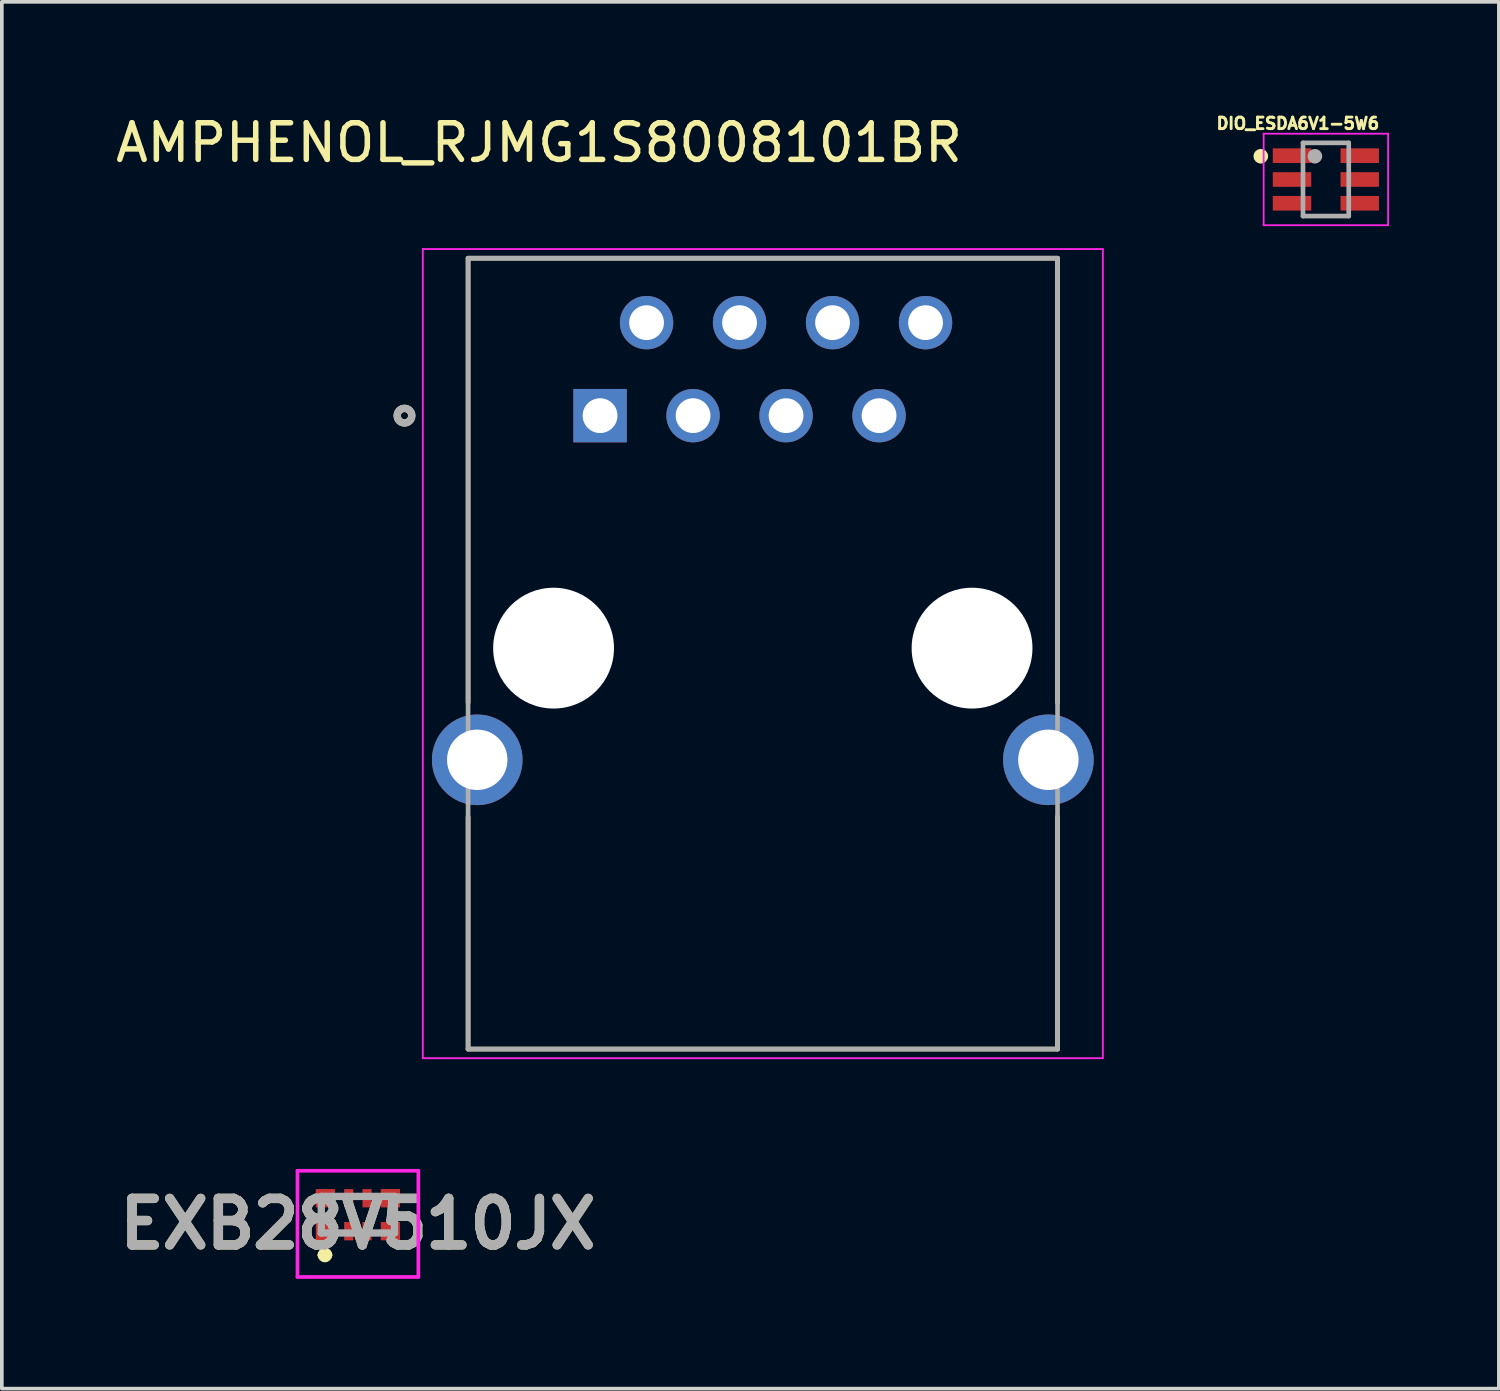
<source format=kicad_pcb>
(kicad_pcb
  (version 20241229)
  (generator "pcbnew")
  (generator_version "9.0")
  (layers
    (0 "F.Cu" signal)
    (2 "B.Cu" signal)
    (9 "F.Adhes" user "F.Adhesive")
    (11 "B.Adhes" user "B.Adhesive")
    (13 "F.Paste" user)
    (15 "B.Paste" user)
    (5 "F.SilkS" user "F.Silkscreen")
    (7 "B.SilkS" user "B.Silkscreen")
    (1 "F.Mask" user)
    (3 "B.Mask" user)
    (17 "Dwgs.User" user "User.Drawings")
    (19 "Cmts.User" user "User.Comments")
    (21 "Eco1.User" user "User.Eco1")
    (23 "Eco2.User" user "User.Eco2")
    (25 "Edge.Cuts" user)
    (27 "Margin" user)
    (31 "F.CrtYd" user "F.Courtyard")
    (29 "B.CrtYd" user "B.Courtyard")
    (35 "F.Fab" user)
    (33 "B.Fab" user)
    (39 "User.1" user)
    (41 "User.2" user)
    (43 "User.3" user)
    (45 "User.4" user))
  (footprint "DIO_ESDA6V1-5W6"
    (layer "F.Cu")
    (at 33.164 1.852)
    (property "Reference" "DIO_ESDA6V1-5W6" (at -0.765 -1.53 0) (layer "F.SilkS") (effects (font (size 0.315 0.315) (thickness 0.15))))
    (attr smd)
    (fp_circle (center -1.778 -0.635) (end -1.678 -0.635) (stroke (width 0.2) (type solid)) (fill no) (layer "F.SilkS"))
    (fp_line (start -1.7 -1.25) (end -1.7 1.25) (stroke (width 0.05) (type solid)) (layer "F.CrtYd"))
    (fp_line (start -1.7 1.25) (end 1.7 1.25) (stroke (width 0.05) (type solid)) (layer "F.CrtYd"))
    (fp_line (start 1.7 -1.25) (end -1.7 -1.25) (stroke (width 0.05) (type solid)) (layer "F.CrtYd"))
    (fp_line (start 1.7 1.25) (end 1.7 -1.25) (stroke (width 0.05) (type solid)) (layer "F.CrtYd"))
    (fp_line (start -0.625 -1) (end -0.625 1) (stroke (width 0.127) (type solid)) (layer "F.Fab"))
    (fp_line (start -0.625 1) (end 0.625 1) (stroke (width 0.127) (type solid)) (layer "F.Fab"))
    (fp_line (start 0.625 -1) (end -0.625 -1) (stroke (width 0.127) (type solid)) (layer "F.Fab"))
    (fp_line (start 0.625 1) (end 0.625 -1) (stroke (width 0.127) (type solid)) (layer "F.Fab"))
    (fp_circle (center -0.3 -0.635) (end -0.2 -0.635) (stroke (width 0.2) (type solid)) (fill no) (layer "F.Fab"))
    (pad "1" smd rect (at -0.925 -0.65) (size 1.05 0.4) (layers "F.Cu" "F.Mask" "F.Paste"))
    (pad "2" smd rect (at -0.925 0) (size 1.05 0.4) (layers "F.Cu" "F.Mask" "F.Paste"))
    (pad "3" smd rect (at -0.925 0.65) (size 1.05 0.4) (layers "F.Cu" "F.Mask" "F.Paste"))
    (pad "4" smd rect (at 0.925 0.65) (size 1.05 0.4) (layers "F.Cu" "F.Mask" "F.Paste"))
    (pad "5" smd rect (at 0.925 0) (size 1.05 0.4) (layers "F.Cu" "F.Mask" "F.Paste"))
    (pad "6" smd rect (at 0.925 -0.65) (size 1.05 0.4) (layers "F.Cu" "F.Mask" "F.Paste")))
  (footprint "AMPHENOL_RJMG1S8008101BR"
    (layer "F.Cu")
    (at 17.785 14.653)
    (property "Reference" "AMPHENOL_RJMG1S8008101BR" (at -6.112 -13.805 0) (layer "F.SilkS") (effects (font (size 1 1) (thickness 0.15))))
    (attr through_hole)
    (fp_line (start -8.05 -10.65) (end 8.05 -10.65) (stroke (width 0.127) (type solid)) (layer "F.SilkS"))
    (fp_line (start -8.05 1.492) (end -8.05 -10.65) (stroke (width 0.127) (type solid)) (layer "F.SilkS"))
    (fp_line (start -8.05 10.95) (end -8.05 4.607) (stroke (width 0.127) (type solid)) (layer "F.SilkS"))
    (fp_line (start 8.05 -10.65) (end 8.05 1.492) (stroke (width 0.127) (type solid)) (layer "F.SilkS"))
    (fp_line (start 8.05 10.95) (end -8.05 10.95) (stroke (width 0.127) (type solid)) (layer "F.SilkS"))
    (fp_line (start 8.05 10.95) (end 8.05 4.607) (stroke (width 0.127) (type solid)) (layer "F.SilkS"))
    (fp_circle (center -9.787 -6.35) (end -9.688 -6.35) (stroke (width 0.2) (type solid)) (fill no) (layer "F.SilkS"))
    (fp_line (start -9.287 -10.9) (end -9.287 11.2) (stroke (width 0.05) (type solid)) (layer "F.CrtYd"))
    (fp_line (start -9.287 11.2) (end 9.287 11.2) (stroke (width 0.05) (type solid)) (layer "F.CrtYd"))
    (fp_line (start 9.287 -10.9) (end -9.287 -10.9) (stroke (width 0.05) (type solid)) (layer "F.CrtYd"))
    (fp_line (start 9.287 11.2) (end 9.287 -10.9) (stroke (width 0.05) (type solid)) (layer "F.CrtYd"))
    (fp_line (start -8.05 -10.65) (end 8.05 -10.65) (stroke (width 0.127) (type solid)) (layer "F.Fab"))
    (fp_line (start -8.05 10.95) (end -8.05 -10.65) (stroke (width 0.127) (type solid)) (layer "F.Fab"))
    (fp_line (start 8.05 -10.65) (end 8.05 10.95) (stroke (width 0.127) (type solid)) (layer "F.Fab"))
    (fp_line (start 8.05 10.95) (end -8.05 10.95) (stroke (width 0.127) (type solid)) (layer "F.Fab"))
    (fp_circle (center -9.787 -6.35) (end -9.688 -6.35) (stroke (width 0.2) (type solid)) (fill no) (layer "F.Fab"))
    (pad "" np_thru_hole circle (at -5.715 0) (size 3.3 3.3) (drill 3.3) (layers "*.Cu" "*.Mask"))
    (pad "" np_thru_hole circle (at 5.715 0) (size 3.3 3.3) (drill 3.3) (layers "*.Cu" "*.Mask"))
    (pad "1" thru_hole rect (at -4.445 -6.35) (size 1.458 1.458) (drill 0.95) (layers "*.Cu" "*.Mask"))
    (pad "2" thru_hole circle (at -3.175 -8.89) (size 1.458 1.458) (drill 0.95) (layers "*.Cu" "*.Mask"))
    (pad "3" thru_hole circle (at -1.905 -6.35) (size 1.458 1.458) (drill 0.95) (layers "*.Cu" "*.Mask"))
    (pad "4" thru_hole circle (at -0.635 -8.89) (size 1.458 1.458) (drill 0.95) (layers "*.Cu" "*.Mask"))
    (pad "5" thru_hole circle (at 0.635 -6.35) (size 1.458 1.458) (drill 0.95) (layers "*.Cu" "*.Mask"))
    (pad "6" thru_hole circle (at 1.905 -8.89) (size 1.458 1.458) (drill 0.95) (layers "*.Cu" "*.Mask"))
    (pad "7" thru_hole circle (at 3.175 -6.35) (size 1.458 1.458) (drill 0.95) (layers "*.Cu" "*.Mask"))
    (pad "8" thru_hole circle (at 4.445 -8.89) (size 1.458 1.458) (drill 0.95) (layers "*.Cu" "*.Mask"))
    (pad "S1" thru_hole circle (at -7.8 3.05) (size 2.475 2.475) (drill 1.65) (layers "*.Cu" "*.Mask"))
    (pad "S2" thru_hole circle (at 7.8 3.05) (size 2.475 2.475) (drill 1.65) (layers "*.Cu" "*.Mask")))
  (footprint "EXB28V510JX"
    (layer "F.Cu")
    (at 6.725 30.128)
    (property "Reference" "EXB28V510JX" (at 0 0.25 0) (layer "F.SilkS") (effects (font (size 1.27 1.27) (thickness 0.254))))
    (attr smd)
    (fp_line (start -1 -0.1) (end -1 0.1) (stroke (width 0.1) (type solid)) (layer "F.SilkS"))
    (fp_line (start -1 1.1) (end -1 1.1) (stroke (width 0.2) (type solid)) (layer "F.SilkS"))
    (fp_line (start -0.8 1.1) (end -0.8 1.1) (stroke (width 0.2) (type solid)) (layer "F.SilkS"))
    (fp_line (start 1 -0.1) (end 1 0.1) (stroke (width 0.1) (type solid)) (layer "F.SilkS"))
    (fp_arc (start -1 1.1) (mid -0.9 1) (end -0.8 1.1) (stroke (width 0.2) (type solid)) (layer "F.SilkS"))
    (fp_arc (start -0.8 1.1) (mid -0.9 1.2) (end -1 1.1) (stroke (width 0.2) (type solid)) (layer "F.SilkS"))
    (fp_line (start -1.65 -1.2) (end 1.651 -1.2) (stroke (width 0.1) (type solid)) (layer "F.CrtYd"))
    (fp_line (start -1.65 1.7) (end -1.65 -1.2) (stroke (width 0.1) (type solid)) (layer "F.CrtYd"))
    (fp_line (start 1.651 -1.2) (end 1.651 1.7) (stroke (width 0.1) (type solid)) (layer "F.CrtYd"))
    (fp_line (start 1.651 1.7) (end -1.65 1.7) (stroke (width 0.1) (type solid)) (layer "F.CrtYd"))
    (fp_line (start -1 -0.5) (end 1 -0.5) (stroke (width 0.2) (type solid)) (layer "F.Fab"))
    (fp_line (start -1 0.5) (end -1 -0.5) (stroke (width 0.2) (type solid)) (layer "F.Fab"))
    (fp_line (start 1 -0.5) (end 1 0.5) (stroke (width 0.2) (type solid)) (layer "F.Fab"))
    (fp_line (start 1 0.5) (end -1 0.5) (stroke (width 0.2) (type solid)) (layer "F.Fab"))
    (fp_text user "${REFERENCE}" (at 0 0.25 0) (layer "F.Fab") (effects (font (size 1.27 1.27) (thickness 0.254))))
    (pad "1" smd rect (at -0.888 0.45 90) (size 0.5 0.525) (layers "F.Cu" "F.Mask" "F.Paste"))
    (pad "2" smd rect (at -0.25 0.45) (size 0.25 0.5) (layers "F.Cu" "F.Mask" "F.Paste"))
    (pad "3" smd rect (at 0.25 0.45) (size 0.25 0.5) (layers "F.Cu" "F.Mask" "F.Paste"))
    (pad "4" smd rect (at 0.888 0.45 90) (size 0.5 0.525) (layers "F.Cu" "F.Mask" "F.Paste"))
    (pad "5" smd rect (at 0.888 -0.45 90) (size 0.5 0.525) (layers "F.Cu" "F.Mask" "F.Paste"))
    (pad "6" smd rect (at 0.25 -0.45) (size 0.25 0.5) (layers "F.Cu" "F.Mask" "F.Paste"))
    (pad "7" smd rect (at -0.25 -0.45) (size 0.25 0.5) (layers "F.Cu" "F.Mask" "F.Paste"))
    (pad "8" smd rect (at -0.888 -0.45 90) (size 0.5 0.525) (layers "F.Cu" "F.Mask" "F.Paste")))
  (gr_rect
    (start -3 -3)
    (end 37.889 34.878)
    (stroke (width 0.1) (type default))
    (fill no)
    (layer "Edge.Cuts")))
</source>
